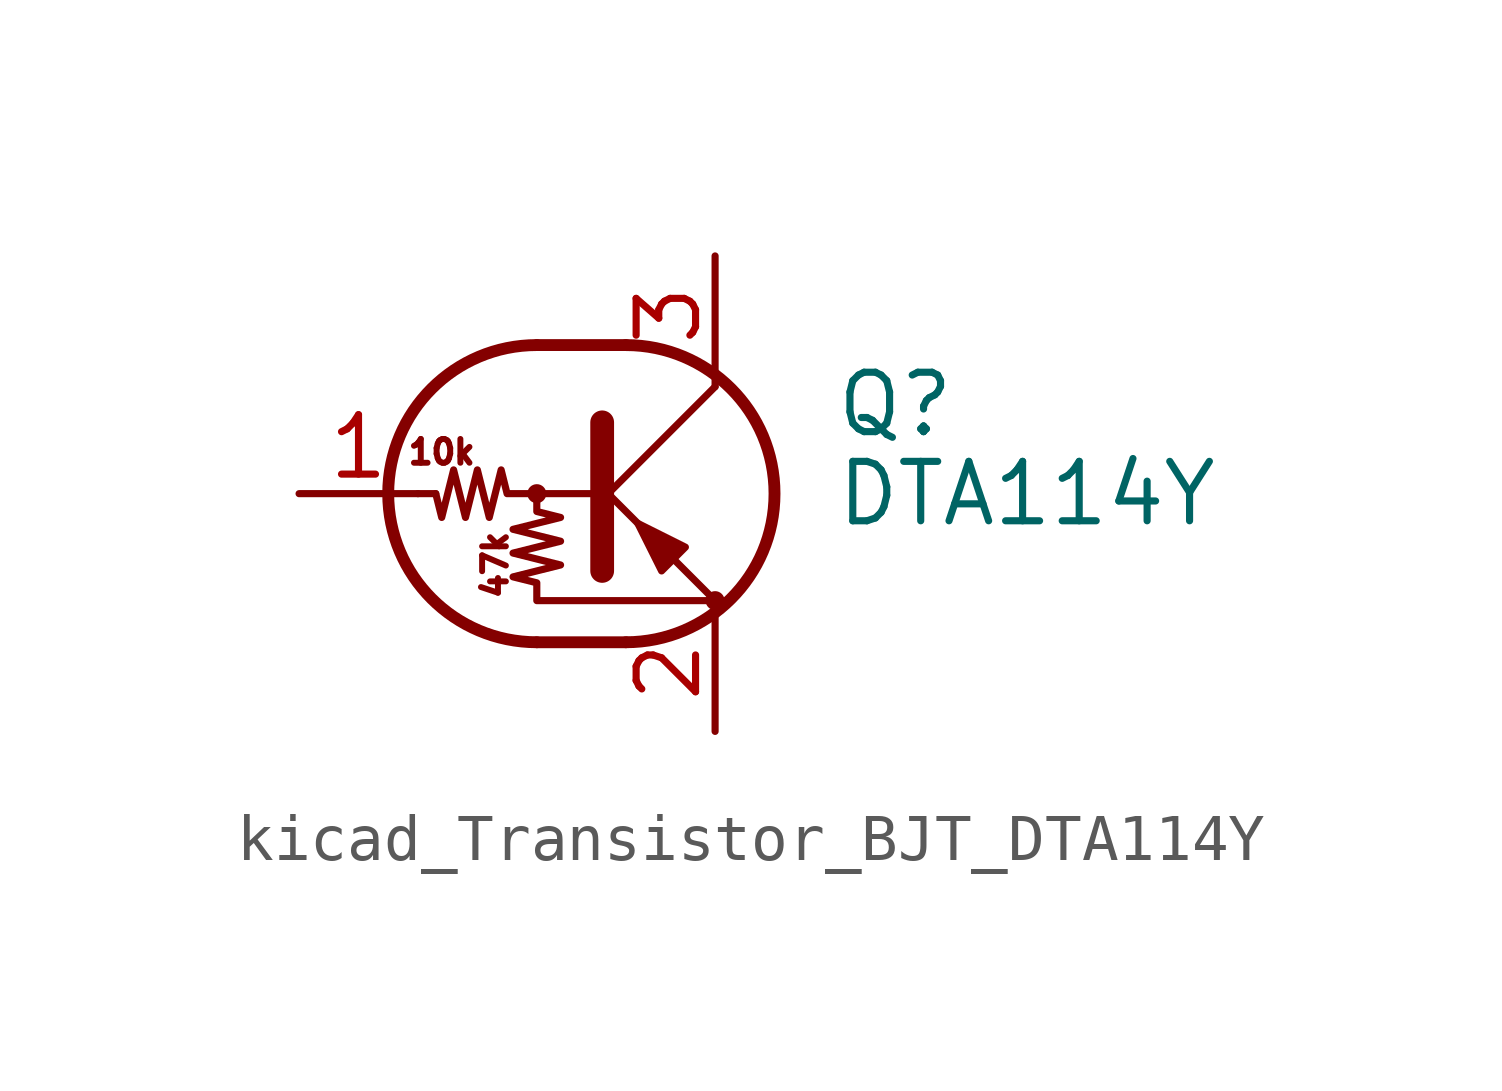
<source format=kicad_sym>
(kicad_symbol_lib
  (version 20220914)
  (generator kicad_symbol_editor)
  (symbol "kicad_Transistor_BJT_DTA114Y"
    (pin_names
      (offset 0) hide)
    (property "Reference" "Q"
      (at 5.08 1.905 0)
      (effects (font (size 1.27 1.27)) (justify left)))
    (property "Value" "DTA114Y"
      (at 5.08 0 0)
      (effects (font (size 1.27 1.27)) (justify left)))
    (symbol "kicad_Transistor_BJT_DTA114Y_0_0"
      (text "10k" (at -3.302 0.889 0) (effects (font (size 0.508 0.508))))
      (text "47k" (at -2.159 -1.524 900) (effects (font (size 0.508 0.508)))))
    (symbol "kicad_Transistor_BJT_DTA114Y_0_1"
      (circle (center -1.27 0) (radius 0.127) (stroke (width 0) (type default)) (fill (type none)))
      (arc (start -1.27 3.175) (mid -4.4312 0) (end -1.27 -3.175) (stroke (width 0.254) (type default)) (fill (type none)))
      (polyline (pts (xy -3.429 0) (xy -3.81 0)) (stroke (width 0) (type default)) (fill (type none)))
      (polyline (pts (xy -1.27 -3.175) (xy 0.635 -3.175)) (stroke (width 0.254) (type default)) (fill (type none)))
      (polyline (pts (xy -1.27 3.175) (xy 0.635 3.175)) (stroke (width 0.254) (type default)) (fill (type none)))
      (polyline (pts (xy 0 -0.254) (xy 2.54 2.286)) (stroke (width 0) (type default)) (fill (type none)))
      (polyline (pts (xy 0.127 1.524) (xy 0.127 -1.651)) (stroke (width 0.508) (type default)) (fill (type outline)))
      (polyline (pts (xy 2.54 2.286) (xy 2.54 2.54)) (stroke (width 0) (type default)) (fill (type none)))
      (polyline (pts (xy 2.54 -2.286) (xy 0 0.254) (xy 0 0.254)) (stroke (width 0) (type default)) (fill (type none)))
      (polyline (pts (xy 1.397 -1.651) (xy 1.905 -1.143) (xy 0.889 -0.635) (xy 1.397 -1.651)) (stroke (width 0) (type default)) (fill (type outline)))
      (polyline (pts (xy 0 0) (xy -1.905 0) (xy -2.032 0.508) (xy -2.286 -0.508) (xy -2.54 0.508) (xy -2.794 -0.508) (xy -3.048 0.508) (xy -3.302 -0.508) (xy -3.429 0)) (stroke (width 0) (type default)) (fill (type none)))
      (polyline (pts (xy -1.27 0) (xy -1.27 -0.381) (xy -0.762 -0.508) (xy -1.778 -0.762) (xy -0.762 -1.016) (xy -1.778 -1.27) (xy -0.762 -1.524) (xy -1.778 -1.778) (xy -1.27 -1.905) (xy -1.27 -2.286) (xy 2.54 -2.286)) (stroke (width 0) (type default)) (fill (type none)))
      (arc (start 0.635 -3.175) (mid 3.7962 0) (end 0.635 3.175) (stroke (width 0.254) (type default)) (fill (type none)))
      (circle (center 2.54 -2.286) (radius 0.127) (stroke (width 0) (type default)) (fill (type none))))
    (symbol "kicad_Transistor_BJT_DTA114Y_1_1"
      (pin input line (at -6.35 0 0) (length 2.54) (name "B" (effects (font (size 1.27 1.27)))) (number "1" (effects (font (size 1.27 1.27)))))
      (pin passive line (at 2.54 -5.08 90) (length 2.54) (name "E" (effects (font (size 1.27 1.27)))) (number "2" (effects (font (size 1.27 1.27)))))
      (pin passive line (at 2.54 5.08 270) (length 2.54) (name "C" (effects (font (size 1.27 1.27)))) (number "3" (effects (font (size 1.27 1.27))))))))
</source>
